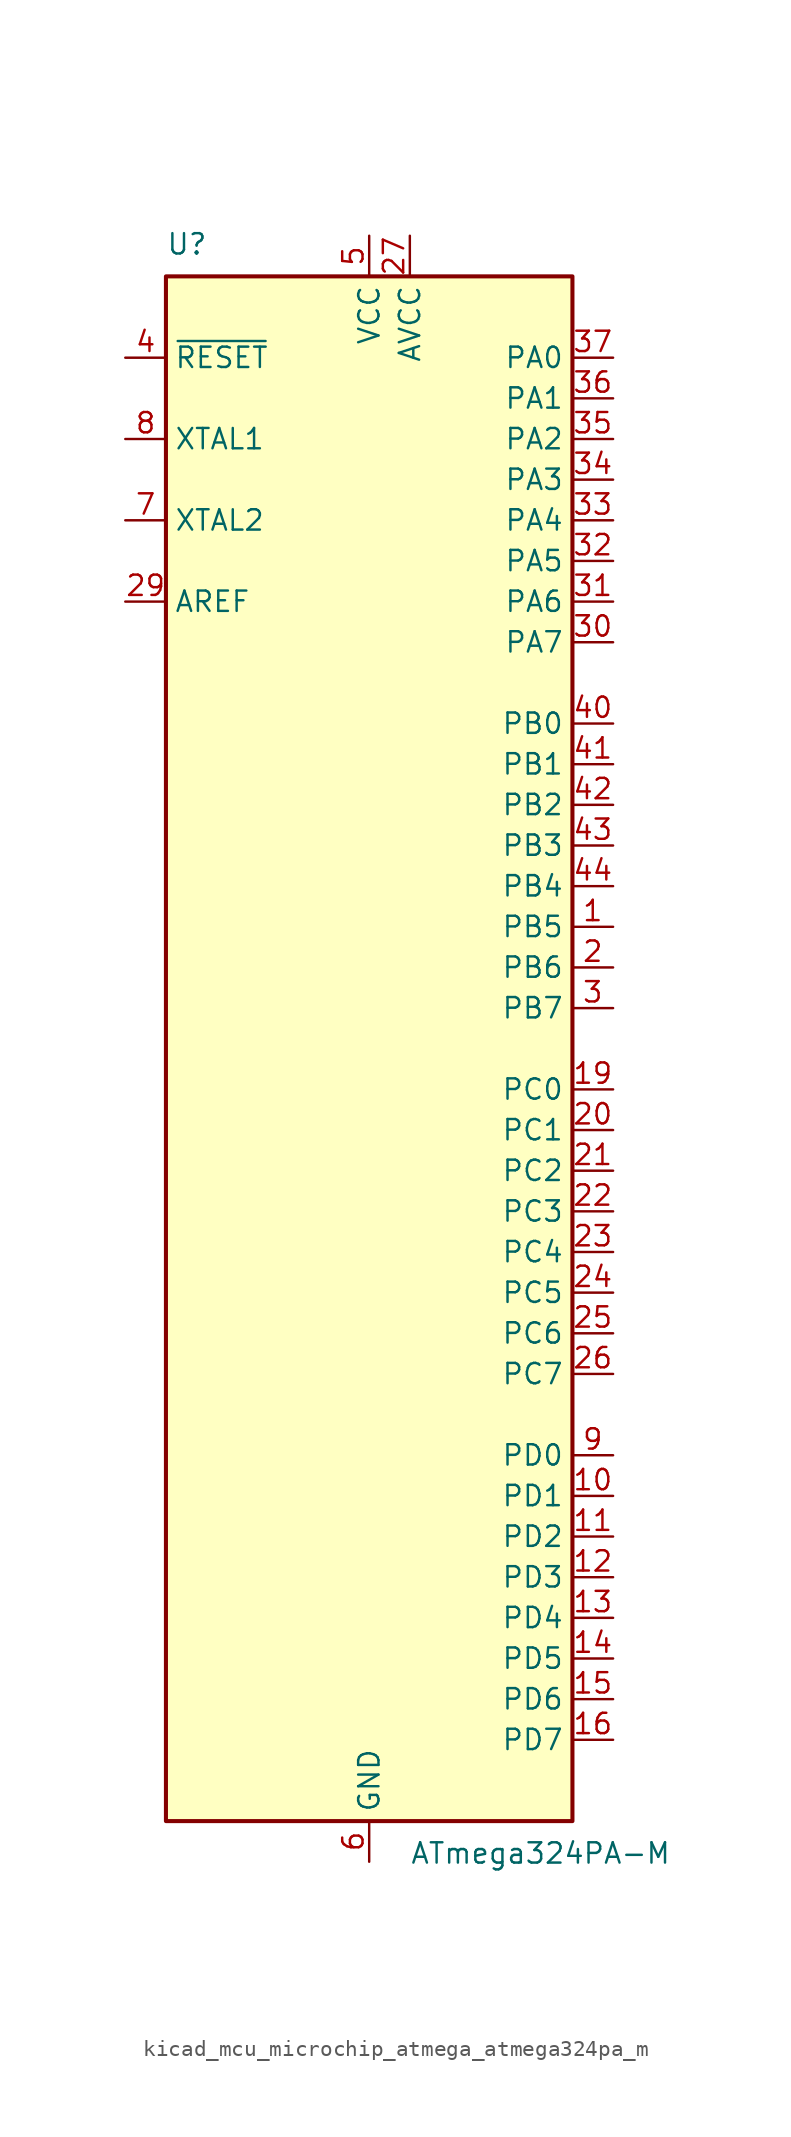
<source format=kicad_sym>
(kicad_symbol_lib
  (version 20220914)
  (generator kicad_symbol_editor)
  (symbol "kicad_mcu_microchip_atmega_atmega324pa_m"
    (property "Reference" "U"
      (at -12.7 49.53 0)
      (effects (font (size 1.27 1.27)) (justify left bottom)))
    (property "Value" "ATmega324PA-M"
      (at 2.54 -49.53 0)
      (effects (font (size 1.27 1.27)) (justify left top)))
    (symbol "kicad_mcu_microchip_atmega_atmega324pa_m_0_1"
      (rectangle (start -12.7 -48.26) (end 12.7 48.26) (stroke (width 0.254) (type default)) (fill (type background))))
    (symbol "kicad_mcu_microchip_atmega_atmega324pa_m_1_1"
      (pin bidirectional line (at 15.24 7.62 180) (length 2.54) (name "PB5" (effects (font (size 1.27 1.27)))) (number "1" (effects (font (size 1.27 1.27)))))
      (pin bidirectional line (at 15.24 -27.94 180) (length 2.54) (name "PD1" (effects (font (size 1.27 1.27)))) (number "10" (effects (font (size 1.27 1.27)))))
      (pin bidirectional line (at 15.24 -30.48 180) (length 2.54) (name "PD2" (effects (font (size 1.27 1.27)))) (number "11" (effects (font (size 1.27 1.27)))))
      (pin bidirectional line (at 15.24 -33.02 180) (length 2.54) (name "PD3" (effects (font (size 1.27 1.27)))) (number "12" (effects (font (size 1.27 1.27)))))
      (pin bidirectional line (at 15.24 -35.56 180) (length 2.54) (name "PD4" (effects (font (size 1.27 1.27)))) (number "13" (effects (font (size 1.27 1.27)))))
      (pin bidirectional line (at 15.24 -38.1 180) (length 2.54) (name "PD5" (effects (font (size 1.27 1.27)))) (number "14" (effects (font (size 1.27 1.27)))))
      (pin bidirectional line (at 15.24 -40.64 180) (length 2.54) (name "PD6" (effects (font (size 1.27 1.27)))) (number "15" (effects (font (size 1.27 1.27)))))
      (pin bidirectional line (at 15.24 -43.18 180) (length 2.54) (name "PD7" (effects (font (size 1.27 1.27)))) (number "16" (effects (font (size 1.27 1.27)))))
      (pin passive line (at 0 50.8 270) (length 2.54) hide (name "VCC" (effects (font (size 1.27 1.27)))) (number "17" (effects (font (size 1.27 1.27)))))
      (pin passive line (at 0 -50.8 90) (length 2.54) hide (name "GND" (effects (font (size 1.27 1.27)))) (number "18" (effects (font (size 1.27 1.27)))))
      (pin bidirectional line (at 15.24 -2.54 180) (length 2.54) (name "PC0" (effects (font (size 1.27 1.27)))) (number "19" (effects (font (size 1.27 1.27)))))
      (pin bidirectional line (at 15.24 5.08 180) (length 2.54) (name "PB6" (effects (font (size 1.27 1.27)))) (number "2" (effects (font (size 1.27 1.27)))))
      (pin bidirectional line (at 15.24 -5.08 180) (length 2.54) (name "PC1" (effects (font (size 1.27 1.27)))) (number "20" (effects (font (size 1.27 1.27)))))
      (pin bidirectional line (at 15.24 -7.62 180) (length 2.54) (name "PC2" (effects (font (size 1.27 1.27)))) (number "21" (effects (font (size 1.27 1.27)))))
      (pin bidirectional line (at 15.24 -10.16 180) (length 2.54) (name "PC3" (effects (font (size 1.27 1.27)))) (number "22" (effects (font (size 1.27 1.27)))))
      (pin bidirectional line (at 15.24 -12.7 180) (length 2.54) (name "PC4" (effects (font (size 1.27 1.27)))) (number "23" (effects (font (size 1.27 1.27)))))
      (pin bidirectional line (at 15.24 -15.24 180) (length 2.54) (name "PC5" (effects (font (size 1.27 1.27)))) (number "24" (effects (font (size 1.27 1.27)))))
      (pin bidirectional line (at 15.24 -17.78 180) (length 2.54) (name "PC6" (effects (font (size 1.27 1.27)))) (number "25" (effects (font (size 1.27 1.27)))))
      (pin bidirectional line (at 15.24 -20.32 180) (length 2.54) (name "PC7" (effects (font (size 1.27 1.27)))) (number "26" (effects (font (size 1.27 1.27)))))
      (pin power_in line (at 2.54 50.8 270) (length 2.54) (name "AVCC" (effects (font (size 1.27 1.27)))) (number "27" (effects (font (size 1.27 1.27)))))
      (pin passive line (at 0 -50.8 90) (length 2.54) hide (name "GND" (effects (font (size 1.27 1.27)))) (number "28" (effects (font (size 1.27 1.27)))))
      (pin passive line (at -15.24 27.94 0) (length 2.54) (name "AREF" (effects (font (size 1.27 1.27)))) (number "29" (effects (font (size 1.27 1.27)))))
      (pin bidirectional line (at 15.24 2.54 180) (length 2.54) (name "PB7" (effects (font (size 1.27 1.27)))) (number "3" (effects (font (size 1.27 1.27)))))
      (pin bidirectional line (at 15.24 25.4 180) (length 2.54) (name "PA7" (effects (font (size 1.27 1.27)))) (number "30" (effects (font (size 1.27 1.27)))))
      (pin bidirectional line (at 15.24 27.94 180) (length 2.54) (name "PA6" (effects (font (size 1.27 1.27)))) (number "31" (effects (font (size 1.27 1.27)))))
      (pin bidirectional line (at 15.24 30.48 180) (length 2.54) (name "PA5" (effects (font (size 1.27 1.27)))) (number "32" (effects (font (size 1.27 1.27)))))
      (pin bidirectional line (at 15.24 33.02 180) (length 2.54) (name "PA4" (effects (font (size 1.27 1.27)))) (number "33" (effects (font (size 1.27 1.27)))))
      (pin bidirectional line (at 15.24 35.56 180) (length 2.54) (name "PA3" (effects (font (size 1.27 1.27)))) (number "34" (effects (font (size 1.27 1.27)))))
      (pin bidirectional line (at 15.24 38.1 180) (length 2.54) (name "PA2" (effects (font (size 1.27 1.27)))) (number "35" (effects (font (size 1.27 1.27)))))
      (pin bidirectional line (at 15.24 40.64 180) (length 2.54) (name "PA1" (effects (font (size 1.27 1.27)))) (number "36" (effects (font (size 1.27 1.27)))))
      (pin bidirectional line (at 15.24 43.18 180) (length 2.54) (name "PA0" (effects (font (size 1.27 1.27)))) (number "37" (effects (font (size 1.27 1.27)))))
      (pin passive line (at 0 50.8 270) (length 2.54) hide (name "VCC" (effects (font (size 1.27 1.27)))) (number "38" (effects (font (size 1.27 1.27)))))
      (pin passive line (at 0 -50.8 90) (length 2.54) hide (name "GND" (effects (font (size 1.27 1.27)))) (number "39" (effects (font (size 1.27 1.27)))))
      (pin input line (at -15.24 43.18 0) (length 2.54) (name "~{RESET}" (effects (font (size 1.27 1.27)))) (number "4" (effects (font (size 1.27 1.27)))))
      (pin bidirectional line (at 15.24 20.32 180) (length 2.54) (name "PB0" (effects (font (size 1.27 1.27)))) (number "40" (effects (font (size 1.27 1.27)))))
      (pin bidirectional line (at 15.24 17.78 180) (length 2.54) (name "PB1" (effects (font (size 1.27 1.27)))) (number "41" (effects (font (size 1.27 1.27)))))
      (pin bidirectional line (at 15.24 15.24 180) (length 2.54) (name "PB2" (effects (font (size 1.27 1.27)))) (number "42" (effects (font (size 1.27 1.27)))))
      (pin bidirectional line (at 15.24 12.7 180) (length 2.54) (name "PB3" (effects (font (size 1.27 1.27)))) (number "43" (effects (font (size 1.27 1.27)))))
      (pin bidirectional line (at 15.24 10.16 180) (length 2.54) (name "PB4" (effects (font (size 1.27 1.27)))) (number "44" (effects (font (size 1.27 1.27)))))
      (pin passive line (at 0 -50.8 90) (length 2.54) hide (name "GND" (effects (font (size 1.27 1.27)))) (number "45" (effects (font (size 1.27 1.27)))))
      (pin power_in line (at 0 50.8 270) (length 2.54) (name "VCC" (effects (font (size 1.27 1.27)))) (number "5" (effects (font (size 1.27 1.27)))))
      (pin power_in line (at 0 -50.8 90) (length 2.54) (name "GND" (effects (font (size 1.27 1.27)))) (number "6" (effects (font (size 1.27 1.27)))))
      (pin output line (at -15.24 33.02 0) (length 2.54) (name "XTAL2" (effects (font (size 1.27 1.27)))) (number "7" (effects (font (size 1.27 1.27)))))
      (pin input line (at -15.24 38.1 0) (length 2.54) (name "XTAL1" (effects (font (size 1.27 1.27)))) (number "8" (effects (font (size 1.27 1.27)))))
      (pin bidirectional line (at 15.24 -25.4 180) (length 2.54) (name "PD0" (effects (font (size 1.27 1.27)))) (number "9" (effects (font (size 1.27 1.27))))))))
</source>
